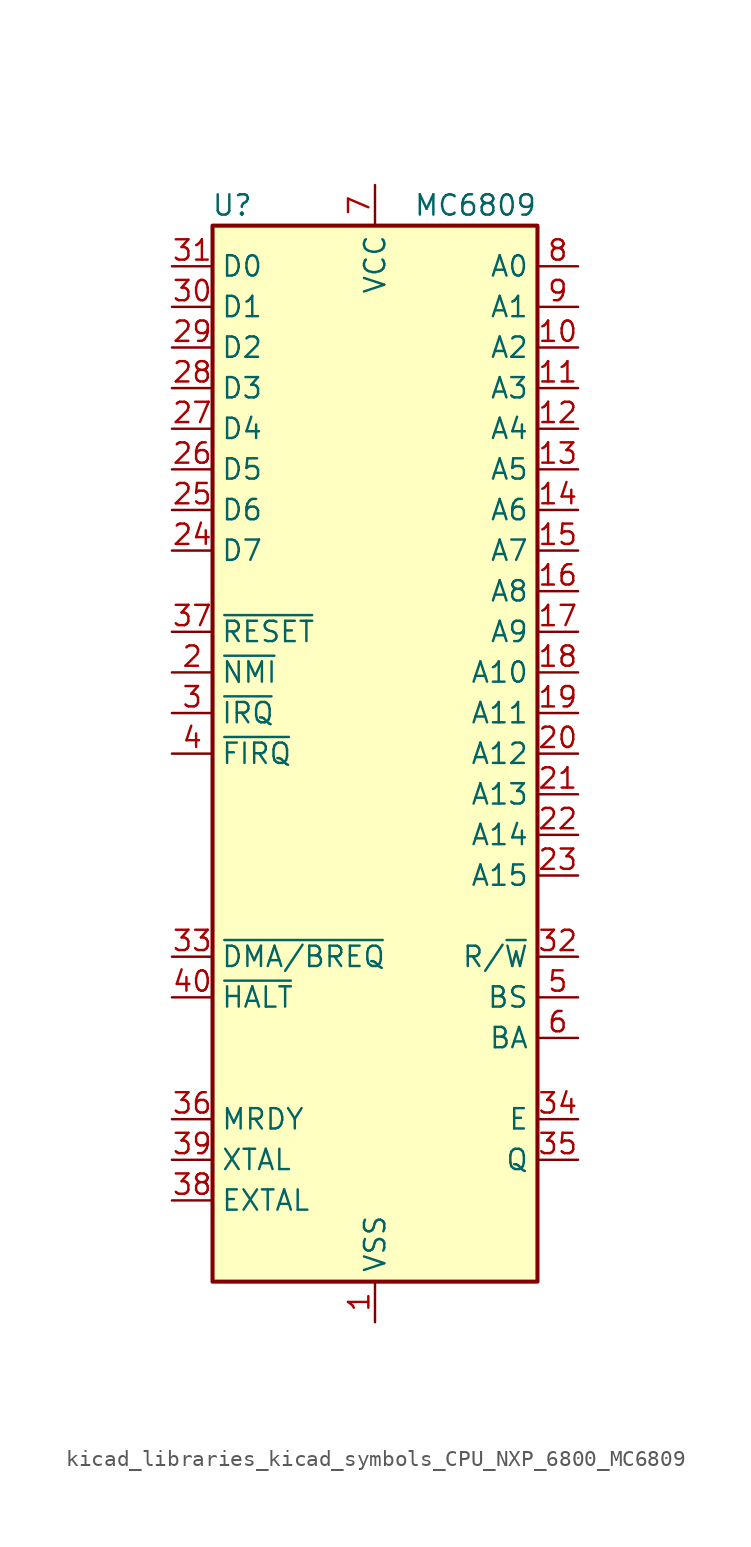
<source format=kicad_sym>
(kicad_symbol_lib
  (version 20220914)
  (generator kicad_symbol_editor)
  (symbol "kicad_libraries_kicad_symbols_CPU_NXP_6800_MC6809"
    (property "Reference" "U"
      (at -7.62 34.29 0)
      (effects (font (size 1.27 1.27)) (justify right)))
    (property "Value" "MC6809"
      (at 10.16 34.29 0)
      (effects (font (size 1.27 1.27)) (justify right)))
    (symbol "kicad_libraries_kicad_symbols_CPU_NXP_6800_MC6809_0_1"
      (rectangle (start -10.16 -33.02) (end 10.16 33.02) (stroke (width 0.254) (type default)) (fill (type background))))
    (symbol "kicad_libraries_kicad_symbols_CPU_NXP_6800_MC6809_1_1"
      (pin power_in line (at 0 -35.56 90) (length 2.54) (name "VSS" (effects (font (size 1.27 1.27)))) (number "1" (effects (font (size 1.27 1.27)))))
      (pin output line (at 12.7 25.4 180) (length 2.54) (name "A2" (effects (font (size 1.27 1.27)))) (number "10" (effects (font (size 1.27 1.27)))))
      (pin output line (at 12.7 22.86 180) (length 2.54) (name "A3" (effects (font (size 1.27 1.27)))) (number "11" (effects (font (size 1.27 1.27)))))
      (pin output line (at 12.7 20.32 180) (length 2.54) (name "A4" (effects (font (size 1.27 1.27)))) (number "12" (effects (font (size 1.27 1.27)))))
      (pin output line (at 12.7 17.78 180) (length 2.54) (name "A5" (effects (font (size 1.27 1.27)))) (number "13" (effects (font (size 1.27 1.27)))))
      (pin output line (at 12.7 15.24 180) (length 2.54) (name "A6" (effects (font (size 1.27 1.27)))) (number "14" (effects (font (size 1.27 1.27)))))
      (pin output line (at 12.7 12.7 180) (length 2.54) (name "A7" (effects (font (size 1.27 1.27)))) (number "15" (effects (font (size 1.27 1.27)))))
      (pin output line (at 12.7 10.16 180) (length 2.54) (name "A8" (effects (font (size 1.27 1.27)))) (number "16" (effects (font (size 1.27 1.27)))))
      (pin output line (at 12.7 7.62 180) (length 2.54) (name "A9" (effects (font (size 1.27 1.27)))) (number "17" (effects (font (size 1.27 1.27)))))
      (pin output line (at 12.7 5.08 180) (length 2.54) (name "A10" (effects (font (size 1.27 1.27)))) (number "18" (effects (font (size 1.27 1.27)))))
      (pin output line (at 12.7 2.54 180) (length 2.54) (name "A11" (effects (font (size 1.27 1.27)))) (number "19" (effects (font (size 1.27 1.27)))))
      (pin input line (at -12.7 5.08 0) (length 2.54) (name "~{NMI}" (effects (font (size 1.27 1.27)))) (number "2" (effects (font (size 1.27 1.27)))))
      (pin output line (at 12.7 0 180) (length 2.54) (name "A12" (effects (font (size 1.27 1.27)))) (number "20" (effects (font (size 1.27 1.27)))))
      (pin output line (at 12.7 -2.54 180) (length 2.54) (name "A13" (effects (font (size 1.27 1.27)))) (number "21" (effects (font (size 1.27 1.27)))))
      (pin output line (at 12.7 -5.08 180) (length 2.54) (name "A14" (effects (font (size 1.27 1.27)))) (number "22" (effects (font (size 1.27 1.27)))))
      (pin output line (at 12.7 -7.62 180) (length 2.54) (name "A15" (effects (font (size 1.27 1.27)))) (number "23" (effects (font (size 1.27 1.27)))))
      (pin bidirectional line (at -12.7 12.7 0) (length 2.54) (name "D7" (effects (font (size 1.27 1.27)))) (number "24" (effects (font (size 1.27 1.27)))))
      (pin bidirectional line (at -12.7 15.24 0) (length 2.54) (name "D6" (effects (font (size 1.27 1.27)))) (number "25" (effects (font (size 1.27 1.27)))))
      (pin bidirectional line (at -12.7 17.78 0) (length 2.54) (name "D5" (effects (font (size 1.27 1.27)))) (number "26" (effects (font (size 1.27 1.27)))))
      (pin bidirectional line (at -12.7 20.32 0) (length 2.54) (name "D4" (effects (font (size 1.27 1.27)))) (number "27" (effects (font (size 1.27 1.27)))))
      (pin bidirectional line (at -12.7 22.86 0) (length 2.54) (name "D3" (effects (font (size 1.27 1.27)))) (number "28" (effects (font (size 1.27 1.27)))))
      (pin bidirectional line (at -12.7 25.4 0) (length 2.54) (name "D2" (effects (font (size 1.27 1.27)))) (number "29" (effects (font (size 1.27 1.27)))))
      (pin input line (at -12.7 2.54 0) (length 2.54) (name "~{IRQ}" (effects (font (size 1.27 1.27)))) (number "3" (effects (font (size 1.27 1.27)))))
      (pin bidirectional line (at -12.7 27.94 0) (length 2.54) (name "D1" (effects (font (size 1.27 1.27)))) (number "30" (effects (font (size 1.27 1.27)))))
      (pin bidirectional line (at -12.7 30.48 0) (length 2.54) (name "D0" (effects (font (size 1.27 1.27)))) (number "31" (effects (font (size 1.27 1.27)))))
      (pin output line (at 12.7 -12.7 180) (length 2.54) (name "R/~{W}" (effects (font (size 1.27 1.27)))) (number "32" (effects (font (size 1.27 1.27)))))
      (pin input line (at -12.7 -12.7 0) (length 2.54) (name "~{DMA/BREQ}" (effects (font (size 1.27 1.27)))) (number "33" (effects (font (size 1.27 1.27)))))
      (pin output line (at 12.7 -22.86 180) (length 2.54) (name "E" (effects (font (size 1.27 1.27)))) (number "34" (effects (font (size 1.27 1.27)))))
      (pin output line (at 12.7 -25.4 180) (length 2.54) (name "Q" (effects (font (size 1.27 1.27)))) (number "35" (effects (font (size 1.27 1.27)))))
      (pin input line (at -12.7 -22.86 0) (length 2.54) (name "MRDY" (effects (font (size 1.27 1.27)))) (number "36" (effects (font (size 1.27 1.27)))))
      (pin input line (at -12.7 7.62 0) (length 2.54) (name "~{RESET}" (effects (font (size 1.27 1.27)))) (number "37" (effects (font (size 1.27 1.27)))))
      (pin input line (at -12.7 -27.94 0) (length 2.54) (name "EXTAL" (effects (font (size 1.27 1.27)))) (number "38" (effects (font (size 1.27 1.27)))))
      (pin input line (at -12.7 -25.4 0) (length 2.54) (name "XTAL" (effects (font (size 1.27 1.27)))) (number "39" (effects (font (size 1.27 1.27)))))
      (pin input line (at -12.7 0 0) (length 2.54) (name "~{FIRQ}" (effects (font (size 1.27 1.27)))) (number "4" (effects (font (size 1.27 1.27)))))
      (pin input line (at -12.7 -15.24 0) (length 2.54) (name "~{HALT}" (effects (font (size 1.27 1.27)))) (number "40" (effects (font (size 1.27 1.27)))))
      (pin output line (at 12.7 -15.24 180) (length 2.54) (name "BS" (effects (font (size 1.27 1.27)))) (number "5" (effects (font (size 1.27 1.27)))))
      (pin output line (at 12.7 -17.78 180) (length 2.54) (name "BA" (effects (font (size 1.27 1.27)))) (number "6" (effects (font (size 1.27 1.27)))))
      (pin power_in line (at 0 35.56 270) (length 2.54) (name "VCC" (effects (font (size 1.27 1.27)))) (number "7" (effects (font (size 1.27 1.27)))))
      (pin output line (at 12.7 30.48 180) (length 2.54) (name "A0" (effects (font (size 1.27 1.27)))) (number "8" (effects (font (size 1.27 1.27)))))
      (pin output line (at 12.7 27.94 180) (length 2.54) (name "A1" (effects (font (size 1.27 1.27)))) (number "9" (effects (font (size 1.27 1.27))))))))
</source>
